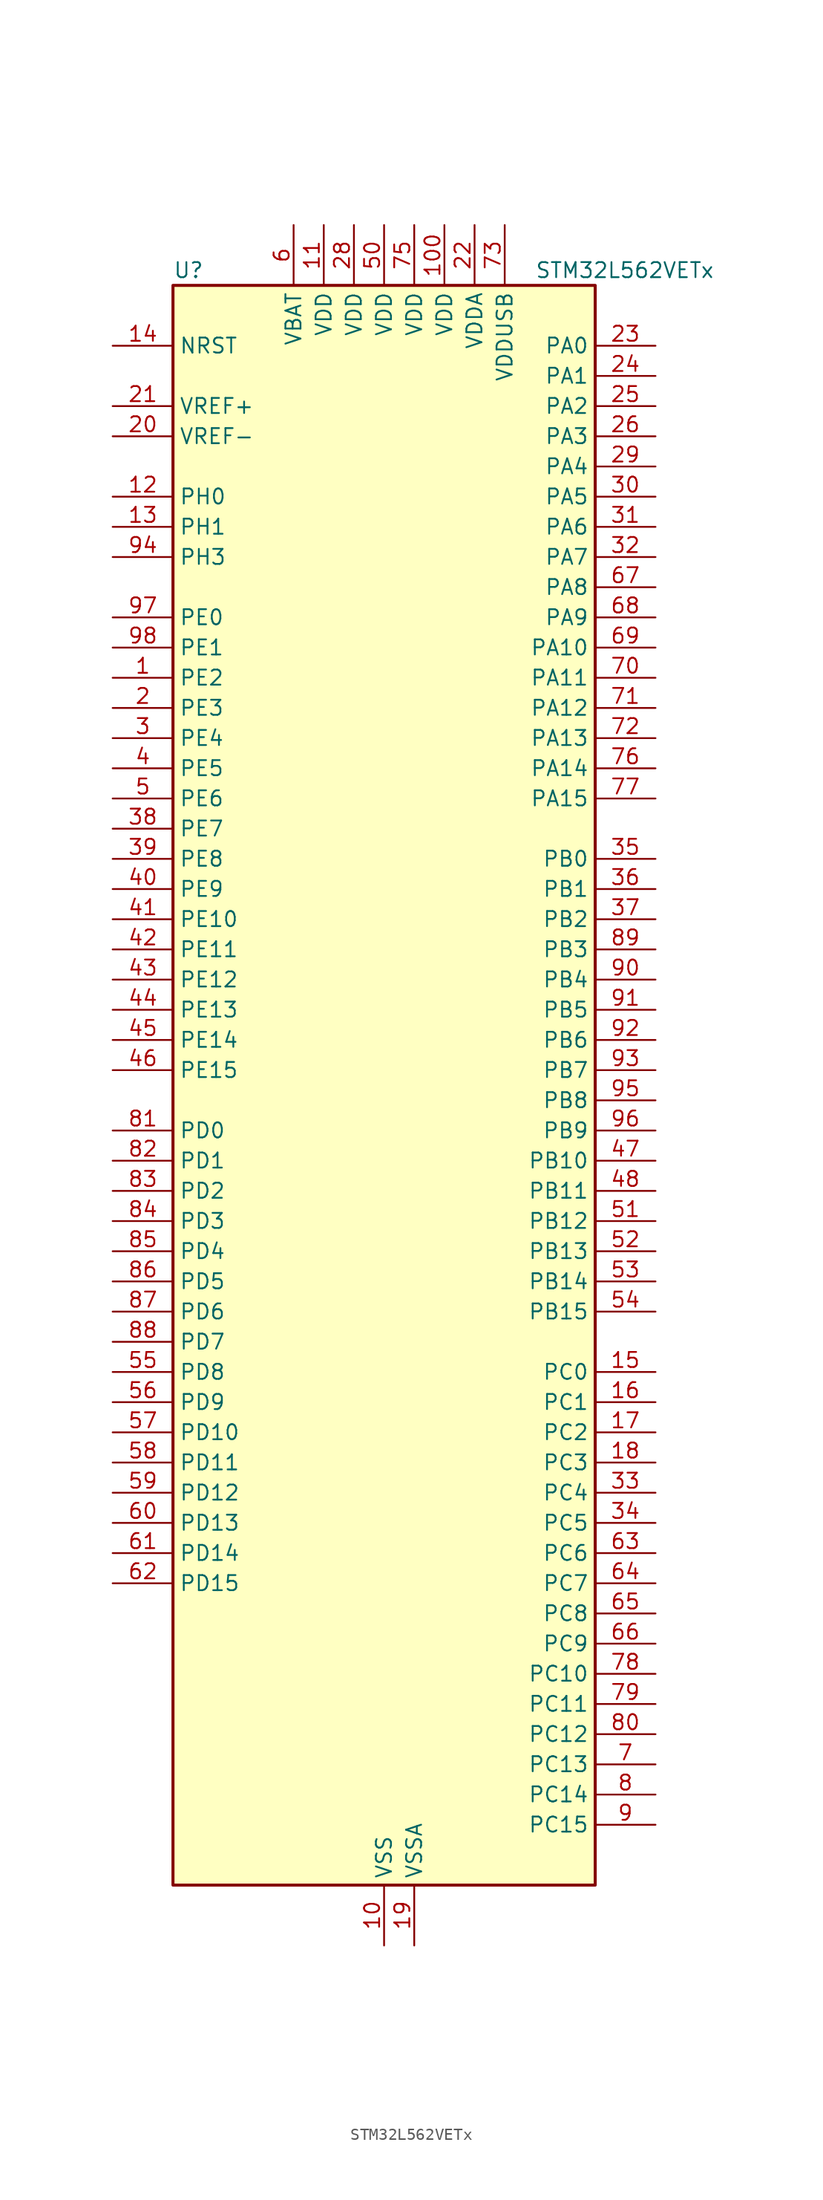
<source format=kicad_sym>
(kicad_symbol_lib
  (version 20241209)
  (generator "kicad_symbol_editor")
  (generator_version "9.0")
  (symbol "STM32L562VETx"
    (property "Reference" "U"
      (at -17.78 69.85 0)
      (effects (font (size 1.27 1.27)) (justify left)))
    (property "Value" "STM32L562VETx"
      (at 12.7 69.85 0)
      (effects (font (size 1.27 1.27)) (justify left)))
    (symbol "STM32L562VETx_0_1"
      (rectangle (start -17.78 -66.04) (end 17.78 68.58) (stroke (width 0.254) (type default)) (fill (type background))))
    (symbol "STM32L562VETx_1_1"
      (pin input line (at -22.86 63.5 0) (length 5.08) (name "NRST" (effects (font (size 1.27 1.27)))) (number "14" (effects (font (size 1.27 1.27)))))
      (pin input line (at -22.86 58.42 0) (length 5.08) (name "VREF+" (effects (font (size 1.27 1.27)))) (number "21" (effects (font (size 1.27 1.27)))) (alternate "VREFBUF_OUT" bidirectional line))
      (pin input line (at -22.86 55.88 0) (length 5.08) (name "VREF-" (effects (font (size 1.27 1.27)))) (number "20" (effects (font (size 1.27 1.27)))))
      (pin bidirectional line (at -22.86 50.8 0) (length 5.08) (name "PH0" (effects (font (size 1.27 1.27)))) (number "12" (effects (font (size 1.27 1.27)))) (alternate "RCC_OSC_IN" bidirectional line))
      (pin bidirectional line (at -22.86 48.26 0) (length 5.08) (name "PH1" (effects (font (size 1.27 1.27)))) (number "13" (effects (font (size 1.27 1.27)))) (alternate "RCC_OSC_OUT" bidirectional line))
      (pin bidirectional line (at -22.86 45.72 0) (length 5.08) (name "PH3" (effects (font (size 1.27 1.27)))) (number "94" (effects (font (size 1.27 1.27)))))
      (pin bidirectional line (at -22.86 40.64 0) (length 5.08) (name "PE0" (effects (font (size 1.27 1.27)))) (number "97" (effects (font (size 1.27 1.27)))) (alternate "FMC_NBL0" bidirectional line) (alternate "TIM16_CH1" bidirectional line) (alternate "TIM4_ETR" bidirectional line))
      (pin bidirectional line (at -22.86 38.1 0) (length 5.08) (name "PE1" (effects (font (size 1.27 1.27)))) (number "98" (effects (font (size 1.27 1.27)))) (alternate "FMC_NBL1" bidirectional line) (alternate "TIM17_CH1" bidirectional line))
      (pin bidirectional line (at -22.86 35.56 0) (length 5.08) (name "PE2" (effects (font (size 1.27 1.27)))) (number "1" (effects (font (size 1.27 1.27)))) (alternate "DEBUG_TRACECLK" bidirectional line) (alternate "FMC_A23" bidirectional line) (alternate "SAI1_CK1" bidirectional line) (alternate "SAI1_MCLK_A" bidirectional line) (alternate "TIM3_ETR" bidirectional line) (alternate "TSC_G7_IO1" bidirectional line))
      (pin bidirectional line (at -22.86 33.02 0) (length 5.08) (name "PE3" (effects (font (size 1.27 1.27)))) (number "2" (effects (font (size 1.27 1.27)))) (alternate "DEBUG_TRACED0" bidirectional line) (alternate "FMC_A19" bidirectional line) (alternate "OCTOSPI1_DQS" bidirectional line) (alternate "SAI1_SD_B" bidirectional line) (alternate "TIM3_CH1" bidirectional line) (alternate "TSC_G7_IO2" bidirectional line))
      (pin bidirectional line (at -22.86 30.48 0) (length 5.08) (name "PE4" (effects (font (size 1.27 1.27)))) (number "3" (effects (font (size 1.27 1.27)))) (alternate "DEBUG_TRACED1" bidirectional line) (alternate "DFSDM1_DATIN3" bidirectional line) (alternate "FMC_A20" bidirectional line) (alternate "SAI1_D2" bidirectional line) (alternate "SAI1_FS_A" bidirectional line) (alternate "TIM3_CH2" bidirectional line) (alternate "TSC_G7_IO3" bidirectional line))
      (pin bidirectional line (at -22.86 27.94 0) (length 5.08) (name "PE5" (effects (font (size 1.27 1.27)))) (number "4" (effects (font (size 1.27 1.27)))) (alternate "DEBUG_TRACED2" bidirectional line) (alternate "DFSDM1_CKIN3" bidirectional line) (alternate "FMC_A21" bidirectional line) (alternate "SAI1_CK2" bidirectional line) (alternate "SAI1_SCK_A" bidirectional line) (alternate "TIM3_CH3" bidirectional line) (alternate "TSC_G7_IO4" bidirectional line))
      (pin bidirectional line (at -22.86 25.4 0) (length 5.08) (name "PE6" (effects (font (size 1.27 1.27)))) (number "5" (effects (font (size 1.27 1.27)))) (alternate "DEBUG_TRACED3" bidirectional line) (alternate "FMC_A22" bidirectional line) (alternate "PWR_WKUP3" bidirectional line) (alternate "SAI1_D1" bidirectional line) (alternate "SAI1_SD_A" bidirectional line) (alternate "TAMP_IN3" bidirectional line) (alternate "TAMP_OUT6" bidirectional line) (alternate "TIM3_CH4" bidirectional line))
      (pin bidirectional line (at -22.86 22.86 0) (length 5.08) (name "PE7" (effects (font (size 1.27 1.27)))) (number "38" (effects (font (size 1.27 1.27)))) (alternate "DFSDM1_DATIN2" bidirectional line) (alternate "FMC_D4" bidirectional line) (alternate "FMC_DA4" bidirectional line) (alternate "SAI1_SD_B" bidirectional line) (alternate "TIM1_ETR" bidirectional line))
      (pin bidirectional line (at -22.86 20.32 0) (length 5.08) (name "PE8" (effects (font (size 1.27 1.27)))) (number "39" (effects (font (size 1.27 1.27)))) (alternate "DFSDM1_CKIN2" bidirectional line) (alternate "FMC_D5" bidirectional line) (alternate "FMC_DA5" bidirectional line) (alternate "SAI1_SCK_B" bidirectional line) (alternate "TIM1_CH1N" bidirectional line))
      (pin bidirectional line (at -22.86 17.78 0) (length 5.08) (name "PE9" (effects (font (size 1.27 1.27)))) (number "40" (effects (font (size 1.27 1.27)))) (alternate "DAC1_EXTI9" bidirectional line) (alternate "DFSDM1_CKOUT" bidirectional line) (alternate "FMC_D6" bidirectional line) (alternate "FMC_DA6" bidirectional line) (alternate "OCTOSPI1_NCLK" bidirectional line) (alternate "SAI1_FS_B" bidirectional line) (alternate "TIM1_CH1" bidirectional line))
      (pin bidirectional line (at -22.86 15.24 0) (length 5.08) (name "PE10" (effects (font (size 1.27 1.27)))) (number "41" (effects (font (size 1.27 1.27)))) (alternate "FMC_D7" bidirectional line) (alternate "FMC_DA7" bidirectional line) (alternate "OCTOSPI1_CLK" bidirectional line) (alternate "SAI1_MCLK_B" bidirectional line) (alternate "TIM1_CH2N" bidirectional line) (alternate "TSC_G5_IO1" bidirectional line))
      (pin bidirectional line (at -22.86 12.7 0) (length 5.08) (name "PE11" (effects (font (size 1.27 1.27)))) (number "42" (effects (font (size 1.27 1.27)))) (alternate "ADC1_EXTI11" bidirectional line) (alternate "ADC2_EXTI11" bidirectional line) (alternate "FMC_D8" bidirectional line) (alternate "FMC_DA8" bidirectional line) (alternate "OCTOSPI1_NCS" bidirectional line) (alternate "TIM1_CH2" bidirectional line) (alternate "TSC_G5_IO2" bidirectional line))
      (pin bidirectional line (at -22.86 10.16 0) (length 5.08) (name "PE12" (effects (font (size 1.27 1.27)))) (number "43" (effects (font (size 1.27 1.27)))) (alternate "FMC_D9" bidirectional line) (alternate "FMC_DA9" bidirectional line) (alternate "OCTOSPI1_IO0" bidirectional line) (alternate "SPI1_NSS" bidirectional line) (alternate "TIM1_CH3N" bidirectional line) (alternate "TSC_G5_IO3" bidirectional line))
      (pin bidirectional line (at -22.86 7.62 0) (length 5.08) (name "PE13" (effects (font (size 1.27 1.27)))) (number "44" (effects (font (size 1.27 1.27)))) (alternate "FMC_D10" bidirectional line) (alternate "FMC_DA10" bidirectional line) (alternate "OCTOSPI1_IO1" bidirectional line) (alternate "SPI1_SCK" bidirectional line) (alternate "TIM1_CH3" bidirectional line) (alternate "TSC_G5_IO4" bidirectional line))
      (pin bidirectional line (at -22.86 5.08 0) (length 5.08) (name "PE14" (effects (font (size 1.27 1.27)))) (number "45" (effects (font (size 1.27 1.27)))) (alternate "FMC_D11" bidirectional line) (alternate "FMC_DA11" bidirectional line) (alternate "OCTOSPI1_IO2" bidirectional line) (alternate "SPI1_MISO" bidirectional line) (alternate "TIM1_BKIN2" bidirectional line) (alternate "TIM1_CH4" bidirectional line))
      (pin bidirectional line (at -22.86 2.54 0) (length 5.08) (name "PE15" (effects (font (size 1.27 1.27)))) (number "46" (effects (font (size 1.27 1.27)))) (alternate "ADC1_EXTI15" bidirectional line) (alternate "ADC2_EXTI15" bidirectional line) (alternate "FMC_D12" bidirectional line) (alternate "FMC_DA12" bidirectional line) (alternate "OCTOSPI1_IO3" bidirectional line) (alternate "SPI1_MOSI" bidirectional line) (alternate "TIM1_BKIN" bidirectional line))
      (pin bidirectional line (at -22.86 -2.54 0) (length 5.08) (name "PD0" (effects (font (size 1.27 1.27)))) (number "81" (effects (font (size 1.27 1.27)))) (alternate "FDCAN1_RX" bidirectional line) (alternate "FMC_D2" bidirectional line) (alternate "FMC_DA2" bidirectional line) (alternate "SPI2_NSS" bidirectional line))
      (pin bidirectional line (at -22.86 -5.08 0) (length 5.08) (name "PD1" (effects (font (size 1.27 1.27)))) (number "82" (effects (font (size 1.27 1.27)))) (alternate "FDCAN1_TX" bidirectional line) (alternate "FMC_D3" bidirectional line) (alternate "FMC_DA3" bidirectional line) (alternate "SPI2_SCK" bidirectional line))
      (pin bidirectional line (at -22.86 -7.62 0) (length 5.08) (name "PD2" (effects (font (size 1.27 1.27)))) (number "83" (effects (font (size 1.27 1.27)))) (alternate "DEBUG_TRACED2" bidirectional line) (alternate "SDMMC1_CMD" bidirectional line) (alternate "TIM3_ETR" bidirectional line) (alternate "TSC_SYNC" bidirectional line) (alternate "UART5_RX" bidirectional line) (alternate "USART3_DE" bidirectional line) (alternate "USART3_RTS" bidirectional line))
      (pin bidirectional line (at -22.86 -10.16 0) (length 5.08) (name "PD3" (effects (font (size 1.27 1.27)))) (number "84" (effects (font (size 1.27 1.27)))) (alternate "DFSDM1_DATIN0" bidirectional line) (alternate "FMC_CLK" bidirectional line) (alternate "SPI2_MISO" bidirectional line) (alternate "SPI2_SCK" bidirectional line) (alternate "USART2_CTS" bidirectional line) (alternate "USART2_NSS" bidirectional line))
      (pin bidirectional line (at -22.86 -12.7 0) (length 5.08) (name "PD4" (effects (font (size 1.27 1.27)))) (number "85" (effects (font (size 1.27 1.27)))) (alternate "DFSDM1_CKIN0" bidirectional line) (alternate "FMC_NOE" bidirectional line) (alternate "OCTOSPI1_IO4" bidirectional line) (alternate "SPI2_MOSI" bidirectional line) (alternate "USART2_DE" bidirectional line) (alternate "USART2_RTS" bidirectional line))
      (pin bidirectional line (at -22.86 -15.24 0) (length 5.08) (name "PD5" (effects (font (size 1.27 1.27)))) (number "86" (effects (font (size 1.27 1.27)))) (alternate "FMC_NWE" bidirectional line) (alternate "OCTOSPI1_IO5" bidirectional line) (alternate "USART2_TX" bidirectional line))
      (pin bidirectional line (at -22.86 -17.78 0) (length 5.08) (name "PD6" (effects (font (size 1.27 1.27)))) (number "87" (effects (font (size 1.27 1.27)))) (alternate "DFSDM1_DATIN1" bidirectional line) (alternate "FMC_NWAIT" bidirectional line) (alternate "OCTOSPI1_IO6" bidirectional line) (alternate "SAI1_D1" bidirectional line) (alternate "SAI1_SD_A" bidirectional line) (alternate "SPI3_MOSI" bidirectional line) (alternate "USART2_RX" bidirectional line))
      (pin bidirectional line (at -22.86 -20.32 0) (length 5.08) (name "PD7" (effects (font (size 1.27 1.27)))) (number "88" (effects (font (size 1.27 1.27)))) (alternate "DFSDM1_CKIN1" bidirectional line) (alternate "FMC_NCE" bidirectional line) (alternate "FMC_NE1" bidirectional line) (alternate "OCTOSPI1_IO7" bidirectional line) (alternate "USART2_CK" bidirectional line))
      (pin bidirectional line (at -22.86 -22.86 0) (length 5.08) (name "PD8" (effects (font (size 1.27 1.27)))) (number "55" (effects (font (size 1.27 1.27)))) (alternate "FMC_D13" bidirectional line) (alternate "FMC_DA13" bidirectional line) (alternate "USART3_TX" bidirectional line))
      (pin bidirectional line (at -22.86 -25.4 0) (length 5.08) (name "PD9" (effects (font (size 1.27 1.27)))) (number "56" (effects (font (size 1.27 1.27)))) (alternate "DAC1_EXTI9" bidirectional line) (alternate "FMC_D14" bidirectional line) (alternate "FMC_DA14" bidirectional line) (alternate "SAI2_MCLK_A" bidirectional line) (alternate "USART3_RX" bidirectional line))
      (pin bidirectional line (at -22.86 -27.94 0) (length 5.08) (name "PD10" (effects (font (size 1.27 1.27)))) (number "57" (effects (font (size 1.27 1.27)))) (alternate "FMC_D15" bidirectional line) (alternate "FMC_DA15" bidirectional line) (alternate "SAI2_SCK_A" bidirectional line) (alternate "TSC_G6_IO1" bidirectional line) (alternate "USART3_CK" bidirectional line))
      (pin bidirectional line (at -22.86 -30.48 0) (length 5.08) (name "PD11" (effects (font (size 1.27 1.27)))) (number "58" (effects (font (size 1.27 1.27)))) (alternate "ADC1_EXTI11" bidirectional line) (alternate "ADC2_EXTI11" bidirectional line) (alternate "FMC_A16" bidirectional line) (alternate "FMC_CLE" bidirectional line) (alternate "I2C4_SMBA" bidirectional line) (alternate "LPTIM2_ETR" bidirectional line) (alternate "SAI2_SD_A" bidirectional line) (alternate "TSC_G6_IO2" bidirectional line) (alternate "USART3_CTS" bidirectional line) (alternate "USART3_NSS" bidirectional line))
      (pin bidirectional line (at -22.86 -33.02 0) (length 5.08) (name "PD12" (effects (font (size 1.27 1.27)))) (number "59" (effects (font (size 1.27 1.27)))) (alternate "FMC_A17" bidirectional line) (alternate "FMC_ALE" bidirectional line) (alternate "I2C4_SCL" bidirectional line) (alternate "LPTIM2_IN1" bidirectional line) (alternate "SAI2_FS_A" bidirectional line) (alternate "TIM4_CH1" bidirectional line) (alternate "TSC_G6_IO3" bidirectional line) (alternate "USART3_DE" bidirectional line) (alternate "USART3_RTS" bidirectional line))
      (pin bidirectional line (at -22.86 -35.56 0) (length 5.08) (name "PD13" (effects (font (size 1.27 1.27)))) (number "60" (effects (font (size 1.27 1.27)))) (alternate "FMC_A18" bidirectional line) (alternate "I2C4_SDA" bidirectional line) (alternate "LPTIM2_OUT" bidirectional line) (alternate "TIM4_CH2" bidirectional line) (alternate "TSC_G6_IO4" bidirectional line))
      (pin bidirectional line (at -22.86 -38.1 0) (length 5.08) (name "PD14" (effects (font (size 1.27 1.27)))) (number "61" (effects (font (size 1.27 1.27)))) (alternate "FMC_D0" bidirectional line) (alternate "FMC_DA0" bidirectional line) (alternate "TIM4_CH3" bidirectional line))
      (pin bidirectional line (at -22.86 -40.64 0) (length 5.08) (name "PD15" (effects (font (size 1.27 1.27)))) (number "62" (effects (font (size 1.27 1.27)))) (alternate "ADC1_EXTI15" bidirectional line) (alternate "ADC2_EXTI15" bidirectional line) (alternate "FMC_D1" bidirectional line) (alternate "FMC_DA1" bidirectional line) (alternate "TIM4_CH4" bidirectional line))
      (pin power_in line (at -7.62 73.66 270) (length 5.08) (name "VBAT" (effects (font (size 1.27 1.27)))) (number "6" (effects (font (size 1.27 1.27)))))
      (pin power_in line (at -5.08 73.66 270) (length 5.08) (name "VDD" (effects (font (size 1.27 1.27)))) (number "11" (effects (font (size 1.27 1.27)))))
      (pin power_in line (at -2.54 73.66 270) (length 5.08) (name "VDD" (effects (font (size 1.27 1.27)))) (number "28" (effects (font (size 1.27 1.27)))))
      (pin power_in line (at 0 73.66 270) (length 5.08) (name "VDD" (effects (font (size 1.27 1.27)))) (number "50" (effects (font (size 1.27 1.27)))))
      (pin power_in line (at 0 -71.12 90) (length 5.08) (name "VSS" (effects (font (size 1.27 1.27)))) (number "10" (effects (font (size 1.27 1.27)))))
      (pin passive line (at 0 -71.12 90) (length 5.08) (hide yes) (name "VSS" (effects (font (size 1.27 1.27)))) (number "27" (effects (font (size 1.27 1.27)))))
      (pin passive line (at 0 -71.12 90) (length 5.08) (hide yes) (name "VSS" (effects (font (size 1.27 1.27)))) (number "49" (effects (font (size 1.27 1.27)))))
      (pin passive line (at 0 -71.12 90) (length 5.08) (hide yes) (name "VSS" (effects (font (size 1.27 1.27)))) (number "74" (effects (font (size 1.27 1.27)))))
      (pin passive line (at 0 -71.12 90) (length 5.08) (hide yes) (name "VSS" (effects (font (size 1.27 1.27)))) (number "99" (effects (font (size 1.27 1.27)))))
      (pin power_in line (at 2.54 73.66 270) (length 5.08) (name "VDD" (effects (font (size 1.27 1.27)))) (number "75" (effects (font (size 1.27 1.27)))))
      (pin power_in line (at 2.54 -71.12 90) (length 5.08) (name "VSSA" (effects (font (size 1.27 1.27)))) (number "19" (effects (font (size 1.27 1.27)))))
      (pin power_in line (at 5.08 73.66 270) (length 5.08) (name "VDD" (effects (font (size 1.27 1.27)))) (number "100" (effects (font (size 1.27 1.27)))))
      (pin power_in line (at 7.62 73.66 270) (length 5.08) (name "VDDA" (effects (font (size 1.27 1.27)))) (number "22" (effects (font (size 1.27 1.27)))))
      (pin power_in line (at 10.16 73.66 270) (length 5.08) (name "VDDUSB" (effects (font (size 1.27 1.27)))) (number "73" (effects (font (size 1.27 1.27)))))
      (pin bidirectional line (at 22.86 63.5 180) (length 5.08) (name "PA0" (effects (font (size 1.27 1.27)))) (number "23" (effects (font (size 1.27 1.27)))) (alternate "ADC1_IN5" bidirectional line) (alternate "ADC2_IN5" bidirectional line) (alternate "OPAMP1_VINP" bidirectional line) (alternate "PWR_WKUP1" bidirectional line) (alternate "SAI1_EXTCLK" bidirectional line) (alternate "TAMP_IN2" bidirectional line) (alternate "TAMP_OUT1" bidirectional line) (alternate "TIM2_CH1" bidirectional line) (alternate "TIM2_ETR" bidirectional line) (alternate "TIM5_CH1" bidirectional line) (alternate "TIM8_ETR" bidirectional line) (alternate "UART4_TX" bidirectional line) (alternate "USART2_CTS" bidirectional line) (alternate "USART2_NSS" bidirectional line))
      (pin bidirectional line (at 22.86 60.96 180) (length 5.08) (name "PA1" (effects (font (size 1.27 1.27)))) (number "24" (effects (font (size 1.27 1.27)))) (alternate "ADC1_IN6" bidirectional line) (alternate "ADC2_IN6" bidirectional line) (alternate "I2C1_SMBA" bidirectional line) (alternate "OCTOSPI1_DQS" bidirectional line) (alternate "OPAMP1_VINM" bidirectional line) (alternate "SPI1_SCK" bidirectional line) (alternate "TAMP_IN5" bidirectional line) (alternate "TAMP_OUT4" bidirectional line) (alternate "TIM15_CH1N" bidirectional line) (alternate "TIM2_CH2" bidirectional line) (alternate "TIM5_CH2" bidirectional line) (alternate "UART4_RX" bidirectional line) (alternate "USART2_DE" bidirectional line) (alternate "USART2_RTS" bidirectional line))
      (pin bidirectional line (at 22.86 58.42 180) (length 5.08) (name "PA2" (effects (font (size 1.27 1.27)))) (number "25" (effects (font (size 1.27 1.27)))) (alternate "ADC1_IN7" bidirectional line) (alternate "ADC2_IN7" bidirectional line) (alternate "COMP1_INP" bidirectional line) (alternate "LPUART1_TX" bidirectional line) (alternate "OCTOSPI1_NCS" bidirectional line) (alternate "PWR_WKUP4" bidirectional line) (alternate "RCC_LSCO" bidirectional line) (alternate "SAI2_EXTCLK" bidirectional line) (alternate "TIM15_CH1" bidirectional line) (alternate "TIM2_CH3" bidirectional line) (alternate "TIM5_CH3" bidirectional line) (alternate "UCPD1_FRSTX1" bidirectional line) (alternate "USART2_TX" bidirectional line))
      (pin bidirectional line (at 22.86 55.88 180) (length 5.08) (name "PA3" (effects (font (size 1.27 1.27)))) (number "26" (effects (font (size 1.27 1.27)))) (alternate "ADC1_IN8" bidirectional line) (alternate "ADC2_IN8" bidirectional line) (alternate "LPUART1_RX" bidirectional line) (alternate "OCTOSPI1_CLK" bidirectional line) (alternate "OPAMP1_VOUT" bidirectional line) (alternate "SAI1_CK1" bidirectional line) (alternate "SAI1_MCLK_A" bidirectional line) (alternate "TIM15_CH2" bidirectional line) (alternate "TIM2_CH4" bidirectional line) (alternate "TIM5_CH4" bidirectional line) (alternate "USART2_RX" bidirectional line))
      (pin bidirectional line (at 22.86 53.34 180) (length 5.08) (name "PA4" (effects (font (size 1.27 1.27)))) (number "29" (effects (font (size 1.27 1.27)))) (alternate "ADC1_IN9" bidirectional line) (alternate "ADC2_IN9" bidirectional line) (alternate "DAC1_OUT1" bidirectional line) (alternate "LPTIM2_OUT" bidirectional line) (alternate "OCTOSPI1_NCS" bidirectional line) (alternate "SAI1_FS_B" bidirectional line) (alternate "SPI1_NSS" bidirectional line) (alternate "SPI3_NSS" bidirectional line) (alternate "USART2_CK" bidirectional line))
      (pin bidirectional line (at 22.86 50.8 180) (length 5.08) (name "PA5" (effects (font (size 1.27 1.27)))) (number "30" (effects (font (size 1.27 1.27)))) (alternate "ADC1_IN10" bidirectional line) (alternate "ADC2_IN10" bidirectional line) (alternate "DAC1_OUT2" bidirectional line) (alternate "LPTIM2_ETR" bidirectional line) (alternate "SPI1_SCK" bidirectional line) (alternate "TIM2_CH1" bidirectional line) (alternate "TIM2_ETR" bidirectional line) (alternate "TIM8_CH1N" bidirectional line))
      (pin bidirectional line (at 22.86 48.26 180) (length 5.08) (name "PA6" (effects (font (size 1.27 1.27)))) (number "31" (effects (font (size 1.27 1.27)))) (alternate "ADC1_IN11" bidirectional line) (alternate "ADC2_IN11" bidirectional line) (alternate "LPUART1_CTS" bidirectional line) (alternate "OCTOSPI1_IO3" bidirectional line) (alternate "OPAMP2_VINP" bidirectional line) (alternate "SPI1_MISO" bidirectional line) (alternate "TIM16_CH1" bidirectional line) (alternate "TIM1_BKIN" bidirectional line) (alternate "TIM3_CH1" bidirectional line) (alternate "TIM8_BKIN" bidirectional line) (alternate "USART3_CTS" bidirectional line) (alternate "USART3_NSS" bidirectional line))
      (pin bidirectional line (at 22.86 45.72 180) (length 5.08) (name "PA7" (effects (font (size 1.27 1.27)))) (number "32" (effects (font (size 1.27 1.27)))) (alternate "ADC1_IN12" bidirectional line) (alternate "ADC2_IN12" bidirectional line) (alternate "I2C3_SCL" bidirectional line) (alternate "OCTOSPI1_IO2" bidirectional line) (alternate "OPAMP2_VINM" bidirectional line) (alternate "SPI1_MOSI" bidirectional line) (alternate "TIM17_CH1" bidirectional line) (alternate "TIM1_CH1N" bidirectional line) (alternate "TIM3_CH2" bidirectional line) (alternate "TIM8_CH1N" bidirectional line))
      (pin bidirectional line (at 22.86 43.18 180) (length 5.08) (name "PA8" (effects (font (size 1.27 1.27)))) (number "67" (effects (font (size 1.27 1.27)))) (alternate "LPTIM2_OUT" bidirectional line) (alternate "RCC_MCO" bidirectional line) (alternate "SAI1_CK2" bidirectional line) (alternate "SAI1_SCK_A" bidirectional line) (alternate "TIM1_CH1" bidirectional line) (alternate "USART1_CK" bidirectional line))
      (pin bidirectional line (at 22.86 40.64 180) (length 5.08) (name "PA9" (effects (font (size 1.27 1.27)))) (number "68" (effects (font (size 1.27 1.27)))) (alternate "DAC1_EXTI9" bidirectional line) (alternate "SAI1_FS_A" bidirectional line) (alternate "SPI2_SCK" bidirectional line) (alternate "TIM15_BKIN" bidirectional line) (alternate "TIM1_CH2" bidirectional line) (alternate "USART1_TX" bidirectional line))
      (pin bidirectional line (at 22.86 38.1 180) (length 5.08) (name "PA10" (effects (font (size 1.27 1.27)))) (number "69" (effects (font (size 1.27 1.27)))) (alternate "CRS_SYNC" bidirectional line) (alternate "SAI1_D1" bidirectional line) (alternate "SAI1_SD_A" bidirectional line) (alternate "TIM17_BKIN" bidirectional line) (alternate "TIM1_CH3" bidirectional line) (alternate "USART1_RX" bidirectional line))
      (pin bidirectional line (at 22.86 35.56 180) (length 5.08) (name "PA11" (effects (font (size 1.27 1.27)))) (number "70" (effects (font (size 1.27 1.27)))) (alternate "ADC1_EXTI11" bidirectional line) (alternate "ADC2_EXTI11" bidirectional line) (alternate "FDCAN1_RX" bidirectional line) (alternate "SPI1_MISO" bidirectional line) (alternate "TIM1_BKIN2" bidirectional line) (alternate "TIM1_CH4" bidirectional line) (alternate "USART1_CTS" bidirectional line) (alternate "USART1_NSS" bidirectional line) (alternate "USB_DM" bidirectional line))
      (pin bidirectional line (at 22.86 33.02 180) (length 5.08) (name "PA12" (effects (font (size 1.27 1.27)))) (number "71" (effects (font (size 1.27 1.27)))) (alternate "FDCAN1_TX" bidirectional line) (alternate "SPI1_MOSI" bidirectional line) (alternate "TIM1_ETR" bidirectional line) (alternate "USART1_DE" bidirectional line) (alternate "USART1_RTS" bidirectional line) (alternate "USB_DP" bidirectional line))
      (pin bidirectional line (at 22.86 30.48 180) (length 5.08) (name "PA13" (effects (font (size 1.27 1.27)))) (number "72" (effects (font (size 1.27 1.27)))) (alternate "DEBUG_JTMS-SWDIO" bidirectional line) (alternate "IR_OUT" bidirectional line) (alternate "SAI1_SD_B" bidirectional line) (alternate "USB_NOE" bidirectional line))
      (pin bidirectional line (at 22.86 27.94 180) (length 5.08) (name "PA14" (effects (font (size 1.27 1.27)))) (number "76" (effects (font (size 1.27 1.27)))) (alternate "DEBUG_JTCK-SWCLK" bidirectional line) (alternate "I2C1_SMBA" bidirectional line) (alternate "I2C4_SMBA" bidirectional line) (alternate "LPTIM1_OUT" bidirectional line) (alternate "SAI1_FS_B" bidirectional line))
      (pin bidirectional line (at 22.86 25.4 180) (length 5.08) (name "PA15" (effects (font (size 1.27 1.27)))) (number "77" (effects (font (size 1.27 1.27)))) (alternate "ADC1_EXTI15" bidirectional line) (alternate "ADC2_EXTI15" bidirectional line) (alternate "DEBUG_JTDI" bidirectional line) (alternate "SAI2_FS_B" bidirectional line) (alternate "SPI1_NSS" bidirectional line) (alternate "SPI3_NSS" bidirectional line) (alternate "TIM2_CH1" bidirectional line) (alternate "TIM2_ETR" bidirectional line) (alternate "UART4_DE" bidirectional line) (alternate "UART4_RTS" bidirectional line) (alternate "UCPD1_CC1" bidirectional line) (alternate "USART2_RX" bidirectional line) (alternate "USART3_DE" bidirectional line) (alternate "USART3_RTS" bidirectional line))
      (pin bidirectional line (at 22.86 20.32 180) (length 5.08) (name "PB0" (effects (font (size 1.27 1.27)))) (number "35" (effects (font (size 1.27 1.27)))) (alternate "ADC1_IN15" bidirectional line) (alternate "ADC2_IN15" bidirectional line) (alternate "COMP1_OUT" bidirectional line) (alternate "OCTOSPI1_IO1" bidirectional line) (alternate "OPAMP2_VOUT" bidirectional line) (alternate "SAI1_EXTCLK" bidirectional line) (alternate "SPI1_NSS" bidirectional line) (alternate "TIM1_CH2N" bidirectional line) (alternate "TIM3_CH3" bidirectional line) (alternate "TIM8_CH2N" bidirectional line) (alternate "USART3_CK" bidirectional line))
      (pin bidirectional line (at 22.86 17.78 180) (length 5.08) (name "PB1" (effects (font (size 1.27 1.27)))) (number "36" (effects (font (size 1.27 1.27)))) (alternate "ADC1_IN16" bidirectional line) (alternate "ADC2_IN16" bidirectional line) (alternate "COMP1_INM" bidirectional line) (alternate "DFSDM1_DATIN0" bidirectional line) (alternate "LPTIM2_IN1" bidirectional line) (alternate "LPUART1_DE" bidirectional line) (alternate "LPUART1_RTS" bidirectional line) (alternate "OCTOSPI1_IO0" bidirectional line) (alternate "TIM1_CH3N" bidirectional line) (alternate "TIM3_CH4" bidirectional line) (alternate "TIM8_CH3N" bidirectional line) (alternate "USART3_DE" bidirectional line) (alternate "USART3_RTS" bidirectional line))
      (pin bidirectional line (at 22.86 15.24 180) (length 5.08) (name "PB2" (effects (font (size 1.27 1.27)))) (number "37" (effects (font (size 1.27 1.27)))) (alternate "COMP1_INP" bidirectional line) (alternate "DFSDM1_CKIN0" bidirectional line) (alternate "I2C3_SMBA" bidirectional line) (alternate "LPTIM1_OUT" bidirectional line) (alternate "OCTOSPI1_DQS" bidirectional line) (alternate "RTC_OUT2" bidirectional line) (alternate "UCPD1_FRSTX1" bidirectional line))
      (pin bidirectional line (at 22.86 12.7 180) (length 5.08) (name "PB3" (effects (font (size 1.27 1.27)))) (number "89" (effects (font (size 1.27 1.27)))) (alternate "COMP2_INM" bidirectional line) (alternate "CRS_SYNC" bidirectional line) (alternate "DEBUG_JTDO-SWO" bidirectional line) (alternate "SAI1_SCK_B" bidirectional line) (alternate "SPI1_SCK" bidirectional line) (alternate "SPI3_SCK" bidirectional line) (alternate "TIM2_CH2" bidirectional line) (alternate "USART1_DE" bidirectional line) (alternate "USART1_RTS" bidirectional line))
      (pin bidirectional line (at 22.86 10.16 180) (length 5.08) (name "PB4" (effects (font (size 1.27 1.27)))) (number "90" (effects (font (size 1.27 1.27)))) (alternate "COMP2_INP" bidirectional line) (alternate "DEBUG_JTRST" bidirectional line) (alternate "I2C3_SDA" bidirectional line) (alternate "SAI1_MCLK_B" bidirectional line) (alternate "SPI1_MISO" bidirectional line) (alternate "SPI3_MISO" bidirectional line) (alternate "TIM17_BKIN" bidirectional line) (alternate "TIM3_CH1" bidirectional line) (alternate "TSC_G2_IO1" bidirectional line) (alternate "UART5_DE" bidirectional line) (alternate "UART5_RTS" bidirectional line) (alternate "USART1_CTS" bidirectional line) (alternate "USART1_NSS" bidirectional line))
      (pin bidirectional line (at 22.86 7.62 180) (length 5.08) (name "PB5" (effects (font (size 1.27 1.27)))) (number "91" (effects (font (size 1.27 1.27)))) (alternate "COMP2_OUT" bidirectional line) (alternate "I2C1_SMBA" bidirectional line) (alternate "LPTIM1_IN1" bidirectional line) (alternate "OCTOSPI1_NCLK" bidirectional line) (alternate "SAI1_SD_B" bidirectional line) (alternate "SPI1_MOSI" bidirectional line) (alternate "SPI3_MOSI" bidirectional line) (alternate "TIM16_BKIN" bidirectional line) (alternate "TIM3_CH2" bidirectional line) (alternate "TSC_G2_IO2" bidirectional line) (alternate "UART5_CTS" bidirectional line) (alternate "UCPD1_DBCC1" bidirectional line) (alternate "USART1_CK" bidirectional line))
      (pin bidirectional line (at 22.86 5.08 180) (length 5.08) (name "PB6" (effects (font (size 1.27 1.27)))) (number "92" (effects (font (size 1.27 1.27)))) (alternate "COMP2_INP" bidirectional line) (alternate "I2C1_SCL" bidirectional line) (alternate "I2C4_SCL" bidirectional line) (alternate "LPTIM1_ETR" bidirectional line) (alternate "SAI1_FS_B" bidirectional line) (alternate "TIM16_CH1N" bidirectional line) (alternate "TIM4_CH1" bidirectional line) (alternate "TIM8_BKIN2" bidirectional line) (alternate "TSC_G2_IO3" bidirectional line) (alternate "USART1_TX" bidirectional line))
      (pin bidirectional line (at 22.86 2.54 180) (length 5.08) (name "PB7" (effects (font (size 1.27 1.27)))) (number "93" (effects (font (size 1.27 1.27)))) (alternate "COMP2_INM" bidirectional line) (alternate "FMC_NL" bidirectional line) (alternate "I2C1_SDA" bidirectional line) (alternate "I2C4_SDA" bidirectional line) (alternate "LPTIM1_IN2" bidirectional line) (alternate "PWR_PVD_IN" bidirectional line) (alternate "TIM17_CH1N" bidirectional line) (alternate "TIM4_CH2" bidirectional line) (alternate "TIM8_BKIN" bidirectional line) (alternate "TSC_G2_IO4" bidirectional line) (alternate "UART4_CTS" bidirectional line) (alternate "USART1_RX" bidirectional line))
      (pin bidirectional line (at 22.86 0 180) (length 5.08) (name "PB8" (effects (font (size 1.27 1.27)))) (number "95" (effects (font (size 1.27 1.27)))) (alternate "DFSDM1_CKOUT" bidirectional line) (alternate "FDCAN1_RX" bidirectional line) (alternate "I2C1_SCL" bidirectional line) (alternate "SAI1_CK1" bidirectional line) (alternate "SAI1_MCLK_A" bidirectional line) (alternate "SDMMC1_CKIN" bidirectional line) (alternate "SDMMC1_D4" bidirectional line) (alternate "TIM16_CH1" bidirectional line) (alternate "TIM4_CH3" bidirectional line))
      (pin bidirectional line (at 22.86 -2.54 180) (length 5.08) (name "PB9" (effects (font (size 1.27 1.27)))) (number "96" (effects (font (size 1.27 1.27)))) (alternate "DAC1_EXTI9" bidirectional line) (alternate "FDCAN1_TX" bidirectional line) (alternate "I2C1_SDA" bidirectional line) (alternate "IR_OUT" bidirectional line) (alternate "SAI1_D2" bidirectional line) (alternate "SAI1_FS_A" bidirectional line) (alternate "SDMMC1_CDIR" bidirectional line) (alternate "SDMMC1_D5" bidirectional line) (alternate "SPI2_NSS" bidirectional line) (alternate "TIM17_CH1" bidirectional line) (alternate "TIM4_CH4" bidirectional line))
      (pin bidirectional line (at 22.86 -5.08 180) (length 5.08) (name "PB10" (effects (font (size 1.27 1.27)))) (number "47" (effects (font (size 1.27 1.27)))) (alternate "COMP1_OUT" bidirectional line) (alternate "I2C2_SCL" bidirectional line) (alternate "I2C4_SCL" bidirectional line) (alternate "LPTIM3_OUT" bidirectional line) (alternate "LPUART1_RX" bidirectional line) (alternate "OCTOSPI1_CLK" bidirectional line) (alternate "SAI1_SCK_A" bidirectional line) (alternate "SPI2_SCK" bidirectional line) (alternate "TIM2_CH3" bidirectional line) (alternate "TSC_SYNC" bidirectional line) (alternate "USART3_TX" bidirectional line))
      (pin bidirectional line (at 22.86 -7.62 180) (length 5.08) (name "PB11" (effects (font (size 1.27 1.27)))) (number "48" (effects (font (size 1.27 1.27)))) (alternate "ADC1_EXTI11" bidirectional line) (alternate "ADC2_EXTI11" bidirectional line) (alternate "COMP2_OUT" bidirectional line) (alternate "I2C2_SDA" bidirectional line) (alternate "I2C4_SDA" bidirectional line) (alternate "LPUART1_TX" bidirectional line) (alternate "OCTOSPI1_NCS" bidirectional line) (alternate "TIM2_CH4" bidirectional line) (alternate "USART3_RX" bidirectional line))
      (pin bidirectional line (at 22.86 -10.16 180) (length 5.08) (name "PB12" (effects (font (size 1.27 1.27)))) (number "51" (effects (font (size 1.27 1.27)))) (alternate "DFSDM1_DATIN1" bidirectional line) (alternate "I2C2_SMBA" bidirectional line) (alternate "LPUART1_DE" bidirectional line) (alternate "LPUART1_RTS" bidirectional line) (alternate "OCTOSPI1_NCLK" bidirectional line) (alternate "SAI2_FS_A" bidirectional line) (alternate "SPI2_NSS" bidirectional line) (alternate "TIM15_BKIN" bidirectional line) (alternate "TIM1_BKIN" bidirectional line) (alternate "TSC_G1_IO1" bidirectional line) (alternate "USART3_CK" bidirectional line))
      (pin bidirectional line (at 22.86 -12.7 180) (length 5.08) (name "PB13" (effects (font (size 1.27 1.27)))) (number "52" (effects (font (size 1.27 1.27)))) (alternate "DFSDM1_CKIN1" bidirectional line) (alternate "I2C2_SCL" bidirectional line) (alternate "LPTIM3_IN1" bidirectional line) (alternate "LPUART1_CTS" bidirectional line) (alternate "SAI2_SCK_A" bidirectional line) (alternate "SPI2_SCK" bidirectional line) (alternate "TIM15_CH1N" bidirectional line) (alternate "TIM1_CH1N" bidirectional line) (alternate "TSC_G1_IO2" bidirectional line) (alternate "UCPD1_FRSTX2" bidirectional line) (alternate "USART3_CTS" bidirectional line) (alternate "USART3_NSS" bidirectional line))
      (pin bidirectional line (at 22.86 -15.24 180) (length 5.08) (name "PB14" (effects (font (size 1.27 1.27)))) (number "53" (effects (font (size 1.27 1.27)))) (alternate "DFSDM1_DATIN2" bidirectional line) (alternate "I2C2_SDA" bidirectional line) (alternate "LPTIM3_ETR" bidirectional line) (alternate "SAI2_MCLK_A" bidirectional line) (alternate "SPI2_MISO" bidirectional line) (alternate "TIM15_CH1" bidirectional line) (alternate "TIM1_CH2N" bidirectional line) (alternate "TIM8_CH2N" bidirectional line) (alternate "TSC_G1_IO3" bidirectional line) (alternate "UCPD1_DBCC2" bidirectional line) (alternate "USART3_DE" bidirectional line) (alternate "USART3_RTS" bidirectional line))
      (pin bidirectional line (at 22.86 -17.78 180) (length 5.08) (name "PB15" (effects (font (size 1.27 1.27)))) (number "54" (effects (font (size 1.27 1.27)))) (alternate "ADC1_EXTI15" bidirectional line) (alternate "ADC2_EXTI15" bidirectional line) (alternate "DFSDM1_CKIN2" bidirectional line) (alternate "RTC_REFIN" bidirectional line) (alternate "SAI2_SD_A" bidirectional line) (alternate "SPI2_MOSI" bidirectional line) (alternate "TIM15_CH2" bidirectional line) (alternate "TIM1_CH3N" bidirectional line) (alternate "TIM8_CH3N" bidirectional line) (alternate "UCPD1_CC2" bidirectional line))
      (pin bidirectional line (at 22.86 -22.86 180) (length 5.08) (name "PC0" (effects (font (size 1.27 1.27)))) (number "15" (effects (font (size 1.27 1.27)))) (alternate "ADC1_IN1" bidirectional line) (alternate "ADC2_IN1" bidirectional line) (alternate "I2C3_SCL" bidirectional line) (alternate "LPTIM1_IN1" bidirectional line) (alternate "LPTIM2_IN1" bidirectional line) (alternate "LPUART1_RX" bidirectional line) (alternate "OCTOSPI1_IO7" bidirectional line) (alternate "SAI2_FS_A" bidirectional line) (alternate "SDMMC1_D5" bidirectional line))
      (pin bidirectional line (at 22.86 -25.4 180) (length 5.08) (name "PC1" (effects (font (size 1.27 1.27)))) (number "16" (effects (font (size 1.27 1.27)))) (alternate "ADC1_IN2" bidirectional line) (alternate "ADC2_IN2" bidirectional line) (alternate "DEBUG_TRACED0" bidirectional line) (alternate "I2C3_SDA" bidirectional line) (alternate "LPTIM1_OUT" bidirectional line) (alternate "LPUART1_TX" bidirectional line) (alternate "OCTOSPI1_IO4" bidirectional line) (alternate "SAI1_SD_A" bidirectional line) (alternate "SPI2_MOSI" bidirectional line))
      (pin bidirectional line (at 22.86 -27.94 180) (length 5.08) (name "PC2" (effects (font (size 1.27 1.27)))) (number "17" (effects (font (size 1.27 1.27)))) (alternate "ADC1_IN3" bidirectional line) (alternate "ADC2_IN3" bidirectional line) (alternate "DFSDM1_CKOUT" bidirectional line) (alternate "LPTIM1_IN2" bidirectional line) (alternate "OCTOSPI1_IO5" bidirectional line) (alternate "SPI2_MISO" bidirectional line))
      (pin bidirectional line (at 22.86 -30.48 180) (length 5.08) (name "PC3" (effects (font (size 1.27 1.27)))) (number "18" (effects (font (size 1.27 1.27)))) (alternate "ADC1_IN4" bidirectional line) (alternate "ADC2_IN4" bidirectional line) (alternate "LPTIM1_ETR" bidirectional line) (alternate "LPTIM2_ETR" bidirectional line) (alternate "LPTIM3_OUT" bidirectional line) (alternate "OCTOSPI1_IO6" bidirectional line) (alternate "SAI1_D1" bidirectional line) (alternate "SAI1_SD_A" bidirectional line) (alternate "SPI2_MOSI" bidirectional line))
      (pin bidirectional line (at 22.86 -33.02 180) (length 5.08) (name "PC4" (effects (font (size 1.27 1.27)))) (number "33" (effects (font (size 1.27 1.27)))) (alternate "ADC1_IN13" bidirectional line) (alternate "ADC2_IN13" bidirectional line) (alternate "COMP1_INM" bidirectional line) (alternate "OCTOSPI1_IO7" bidirectional line) (alternate "USART3_TX" bidirectional line))
      (pin bidirectional line (at 22.86 -35.56 180) (length 5.08) (name "PC5" (effects (font (size 1.27 1.27)))) (number "34" (effects (font (size 1.27 1.27)))) (alternate "ADC1_IN14" bidirectional line) (alternate "ADC2_IN14" bidirectional line) (alternate "COMP1_INP" bidirectional line) (alternate "PWR_WKUP5" bidirectional line) (alternate "SAI1_D3" bidirectional line) (alternate "TAMP_IN4" bidirectional line) (alternate "TAMP_OUT5" bidirectional line) (alternate "USART3_RX" bidirectional line))
      (pin bidirectional line (at 22.86 -38.1 180) (length 5.08) (name "PC6" (effects (font (size 1.27 1.27)))) (number "63" (effects (font (size 1.27 1.27)))) (alternate "DFSDM1_CKIN3" bidirectional line) (alternate "SAI2_MCLK_A" bidirectional line) (alternate "SDMMC1_D0DIR" bidirectional line) (alternate "SDMMC1_D6" bidirectional line) (alternate "TIM3_CH1" bidirectional line) (alternate "TIM8_CH1" bidirectional line) (alternate "TSC_G4_IO1" bidirectional line))
      (pin bidirectional line (at 22.86 -40.64 180) (length 5.08) (name "PC7" (effects (font (size 1.27 1.27)))) (number "64" (effects (font (size 1.27 1.27)))) (alternate "DFSDM1_DATIN3" bidirectional line) (alternate "SAI2_MCLK_B" bidirectional line) (alternate "SDMMC1_D123DIR" bidirectional line) (alternate "SDMMC1_D7" bidirectional line) (alternate "TIM3_CH2" bidirectional line) (alternate "TIM8_CH2" bidirectional line) (alternate "TSC_G4_IO2" bidirectional line))
      (pin bidirectional line (at 22.86 -43.18 180) (length 5.08) (name "PC8" (effects (font (size 1.27 1.27)))) (number "65" (effects (font (size 1.27 1.27)))) (alternate "SDMMC1_D0" bidirectional line) (alternate "TIM3_CH3" bidirectional line) (alternate "TIM8_CH3" bidirectional line) (alternate "TSC_G4_IO3" bidirectional line))
      (pin bidirectional line (at 22.86 -45.72 180) (length 5.08) (name "PC9" (effects (font (size 1.27 1.27)))) (number "66" (effects (font (size 1.27 1.27)))) (alternate "DAC1_EXTI9" bidirectional line) (alternate "DEBUG_TRACED0" bidirectional line) (alternate "SAI2_EXTCLK" bidirectional line) (alternate "SDMMC1_D1" bidirectional line) (alternate "TIM3_CH4" bidirectional line) (alternate "TIM8_BKIN2" bidirectional line) (alternate "TIM8_CH4" bidirectional line) (alternate "TSC_G4_IO4" bidirectional line) (alternate "USB_NOE" bidirectional line))
      (pin bidirectional line (at 22.86 -48.26 180) (length 5.08) (name "PC10" (effects (font (size 1.27 1.27)))) (number "78" (effects (font (size 1.27 1.27)))) (alternate "DEBUG_TRACED1" bidirectional line) (alternate "LPTIM3_ETR" bidirectional line) (alternate "SAI2_SCK_B" bidirectional line) (alternate "SDMMC1_D2" bidirectional line) (alternate "SPI3_SCK" bidirectional line) (alternate "TSC_G3_IO2" bidirectional line) (alternate "UART4_TX" bidirectional line) (alternate "USART3_TX" bidirectional line))
      (pin bidirectional line (at 22.86 -50.8 180) (length 5.08) (name "PC11" (effects (font (size 1.27 1.27)))) (number "79" (effects (font (size 1.27 1.27)))) (alternate "ADC1_EXTI11" bidirectional line) (alternate "ADC2_EXTI11" bidirectional line) (alternate "LPTIM3_IN1" bidirectional line) (alternate "OCTOSPI1_NCS" bidirectional line) (alternate "SAI2_MCLK_B" bidirectional line) (alternate "SDMMC1_D3" bidirectional line) (alternate "SPI3_MISO" bidirectional line) (alternate "TSC_G3_IO3" bidirectional line) (alternate "UART4_RX" bidirectional line) (alternate "UCPD1_FRSTX2" bidirectional line) (alternate "USART3_RX" bidirectional line))
      (pin bidirectional line (at 22.86 -53.34 180) (length 5.08) (name "PC12" (effects (font (size 1.27 1.27)))) (number "80" (effects (font (size 1.27 1.27)))) (alternate "DEBUG_TRACED3" bidirectional line) (alternate "SAI2_SD_B" bidirectional line) (alternate "SDMMC1_CK" bidirectional line) (alternate "SPI3_MOSI" bidirectional line) (alternate "TSC_G3_IO4" bidirectional line) (alternate "UART5_TX" bidirectional line) (alternate "USART3_CK" bidirectional line))
      (pin bidirectional line (at 22.86 -55.88 180) (length 5.08) (name "PC13" (effects (font (size 1.27 1.27)))) (number "7" (effects (font (size 1.27 1.27)))) (alternate "PWR_WKUP2" bidirectional line) (alternate "RTC_OUT1" bidirectional line) (alternate "RTC_TS" bidirectional line) (alternate "TAMP_IN1" bidirectional line) (alternate "TAMP_OUT2" bidirectional line))
      (pin bidirectional line (at 22.86 -58.42 180) (length 5.08) (name "PC14" (effects (font (size 1.27 1.27)))) (number "8" (effects (font (size 1.27 1.27)))) (alternate "RCC_OSC32_IN" bidirectional line))
      (pin bidirectional line (at 22.86 -60.96 180) (length 5.08) (name "PC15" (effects (font (size 1.27 1.27)))) (number "9" (effects (font (size 1.27 1.27)))) (alternate "ADC1_EXTI15" bidirectional line) (alternate "ADC2_EXTI15" bidirectional line) (alternate "RCC_OSC32_OUT" bidirectional line)))))
</source>
